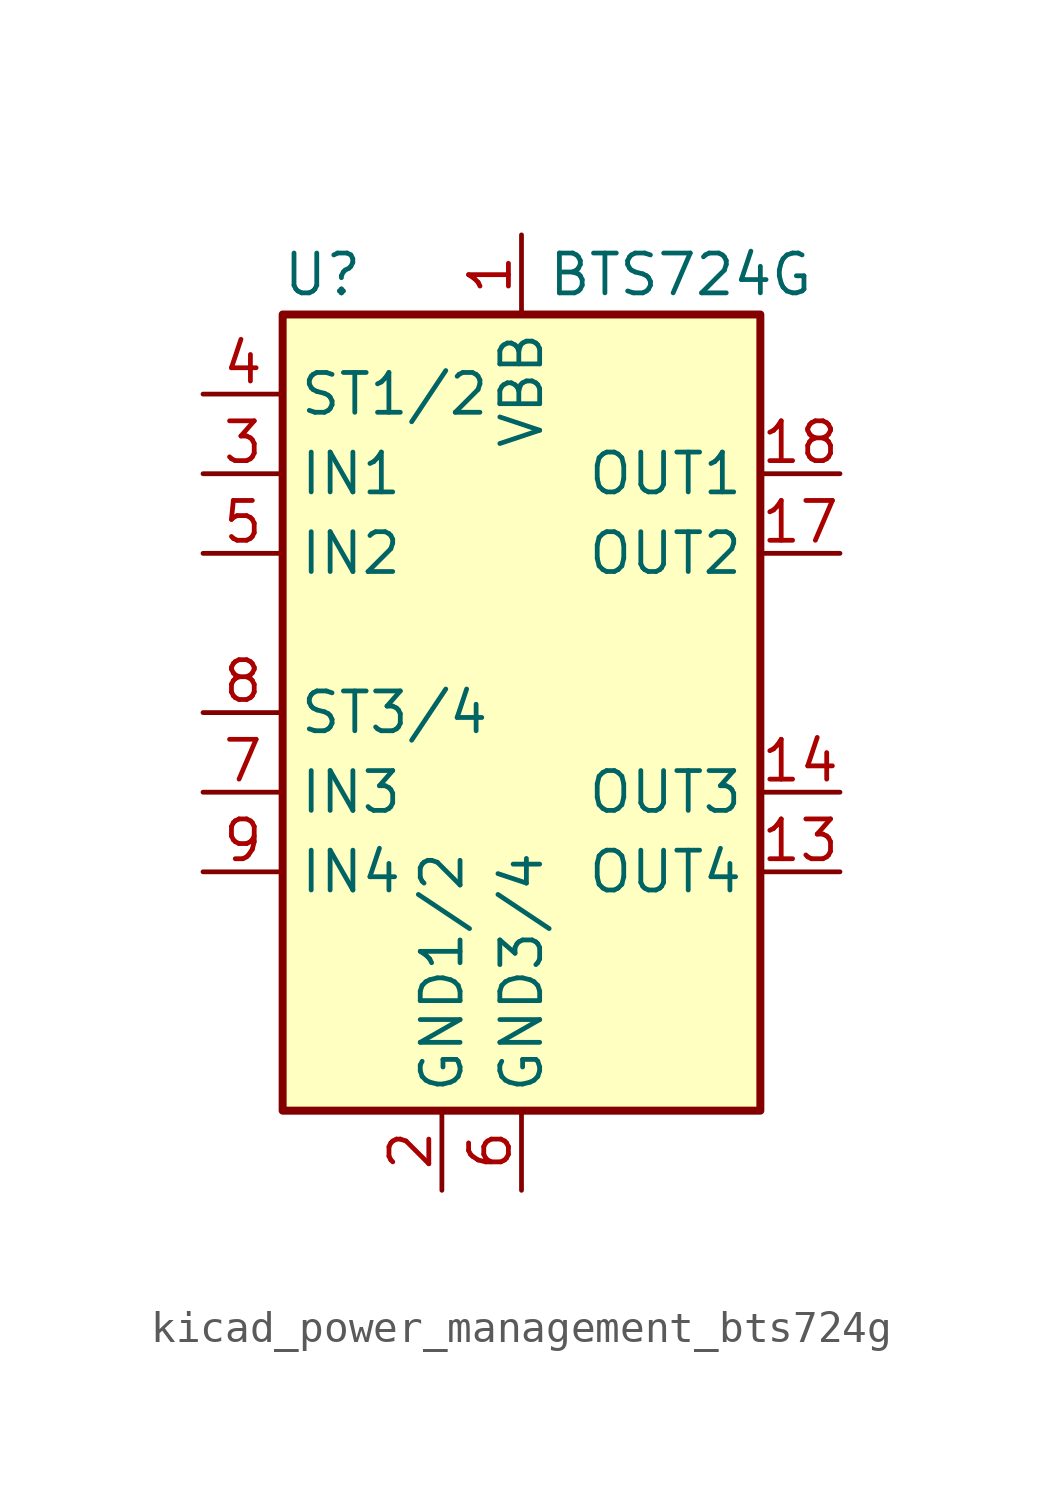
<source format=kicad_sym>
(kicad_symbol_lib
  (version 20220914)
  (generator kicad_symbol_editor)
  (symbol "kicad_power_management_bts724g"
    (property "Reference" "U"
      (at -6.35 13.97 0)
      (effects (font (size 1.27 1.27))))
    (property "Value" "BTS724G"
      (at 5.08 13.97 0)
      (effects (font (size 1.27 1.27))))
    (symbol "kicad_power_management_bts724g_0_1"
      (rectangle (start -7.62 12.7) (end 7.62 -12.7) (stroke (width 0.254) (type default)) (fill (type background))))
    (symbol "kicad_power_management_bts724g_1_1"
      (pin power_in line (at 0 15.24 270) (length 2.54) (name "VBB" (effects (font (size 1.27 1.27)))) (number "1" (effects (font (size 1.27 1.27)))))
      (pin passive line (at 0 15.24 270) (length 2.54) hide (name "VBB" (effects (font (size 1.27 1.27)))) (number "10" (effects (font (size 1.27 1.27)))))
      (pin passive line (at 0 15.24 270) (length 2.54) hide (name "VBB" (effects (font (size 1.27 1.27)))) (number "11" (effects (font (size 1.27 1.27)))))
      (pin passive line (at 0 15.24 270) (length 2.54) hide (name "VBB" (effects (font (size 1.27 1.27)))) (number "12" (effects (font (size 1.27 1.27)))))
      (pin open_emitter line (at 10.16 -5.08 180) (length 2.54) (name "OUT4" (effects (font (size 1.27 1.27)))) (number "13" (effects (font (size 1.27 1.27)))))
      (pin open_emitter line (at 10.16 -2.54 180) (length 2.54) (name "OUT3" (effects (font (size 1.27 1.27)))) (number "14" (effects (font (size 1.27 1.27)))))
      (pin passive line (at 0 15.24 270) (length 2.54) hide (name "VBB" (effects (font (size 1.27 1.27)))) (number "15" (effects (font (size 1.27 1.27)))))
      (pin passive line (at 0 15.24 270) (length 2.54) hide (name "VBB" (effects (font (size 1.27 1.27)))) (number "16" (effects (font (size 1.27 1.27)))))
      (pin open_emitter line (at 10.16 5.08 180) (length 2.54) (name "OUT2" (effects (font (size 1.27 1.27)))) (number "17" (effects (font (size 1.27 1.27)))))
      (pin open_emitter line (at 10.16 7.62 180) (length 2.54) (name "OUT1" (effects (font (size 1.27 1.27)))) (number "18" (effects (font (size 1.27 1.27)))))
      (pin passive line (at 0 15.24 270) (length 2.54) hide (name "VBB" (effects (font (size 1.27 1.27)))) (number "19" (effects (font (size 1.27 1.27)))))
      (pin power_in line (at -2.54 -15.24 90) (length 2.54) (name "GND1/2" (effects (font (size 1.27 1.27)))) (number "2" (effects (font (size 1.27 1.27)))))
      (pin passive line (at 0 15.24 270) (length 2.54) hide (name "VBB" (effects (font (size 1.27 1.27)))) (number "20" (effects (font (size 1.27 1.27)))))
      (pin input line (at -10.16 7.62 0) (length 2.54) (name "IN1" (effects (font (size 1.27 1.27)))) (number "3" (effects (font (size 1.27 1.27)))))
      (pin open_collector line (at -10.16 10.16 0) (length 2.54) (name "ST1/2" (effects (font (size 1.27 1.27)))) (number "4" (effects (font (size 1.27 1.27)))))
      (pin input line (at -10.16 5.08 0) (length 2.54) (name "IN2" (effects (font (size 1.27 1.27)))) (number "5" (effects (font (size 1.27 1.27)))))
      (pin power_in line (at 0 -15.24 90) (length 2.54) (name "GND3/4" (effects (font (size 1.27 1.27)))) (number "6" (effects (font (size 1.27 1.27)))))
      (pin input line (at -10.16 -2.54 0) (length 2.54) (name "IN3" (effects (font (size 1.27 1.27)))) (number "7" (effects (font (size 1.27 1.27)))))
      (pin open_collector line (at -10.16 0 0) (length 2.54) (name "ST3/4" (effects (font (size 1.27 1.27)))) (number "8" (effects (font (size 1.27 1.27)))))
      (pin input line (at -10.16 -5.08 0) (length 2.54) (name "IN4" (effects (font (size 1.27 1.27)))) (number "9" (effects (font (size 1.27 1.27))))))))
</source>
